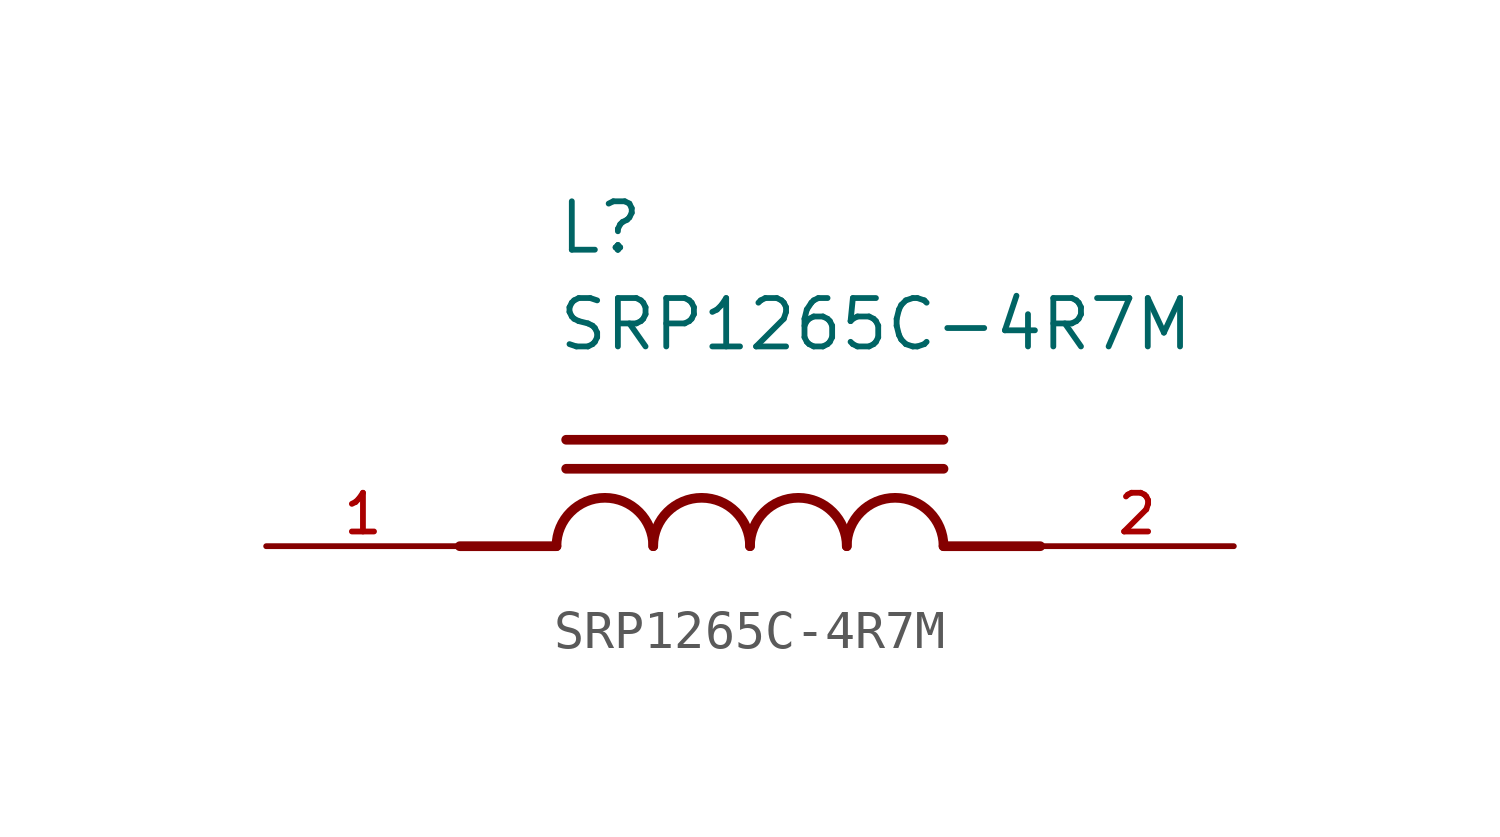
<source format=kicad_sym>
(kicad_symbol_lib
  (version 20211014)
  (generator kicad_symbol_editor)
  (symbol "SRP1265C-4R7M"
    (pin_names
      (offset 1.016))
    (property "Reference" "L"
      (at -5.08 7.62 0)
      (effects (font (size 1.27 1.27)) (justify bottom left)))
    (property "Value" "SRP1265C-4R7M"
      (at -5.08 5.08 0)
      (effects (font (size 1.27 1.27)) (justify bottom left)))
    (symbol "SRP1265C-4R7M_0_0"
      (polyline (pts (xy -5.08 0.0) (xy -7.62 0.0)) (stroke (width 0.254)))
      (polyline (pts (xy 5.08 0.0) (xy 7.62 0.0)) (stroke (width 0.254)))
      (arc (start -2.54 0.0) (mid -3.81 1.27) (end -5.08 0.0) (stroke (width 0.254) (type default) (color 0 0 0 0)) (fill (type none)))
      (arc (start 0.0 0.0) (mid -1.27 1.27) (end -2.54 0.0) (stroke (width 0.254) (type default) (color 0 0 0 0)) (fill (type none)))
      (arc (start 2.54 0.0) (mid 1.27 1.27) (end 0.0 0.0) (stroke (width 0.254) (type default) (color 0 0 0 0)) (fill (type none)))
      (arc (start 5.08 0.0) (mid 3.81 1.27) (end 2.54 0.0) (stroke (width 0.254) (type default) (color 0 0 0 0)) (fill (type none)))
      (polyline (pts (xy -4.826 2.032) (xy 5.08 2.032)) (stroke (width 0.254)))
      (polyline (pts (xy -4.826 2.794) (xy 5.08 2.794)) (stroke (width 0.254)))
      (pin passive line (at -12.7 0.0 0) (length 5.08) (name "~" (effects (font (size 1.016 1.016)))) (number "1" (effects (font (size 1.016 1.016)))))
      (pin passive line (at 12.7 0.0 180.0) (length 5.08) (name "~" (effects (font (size 1.016 1.016)))) (number "2" (effects (font (size 1.016 1.016))))))))
</source>
